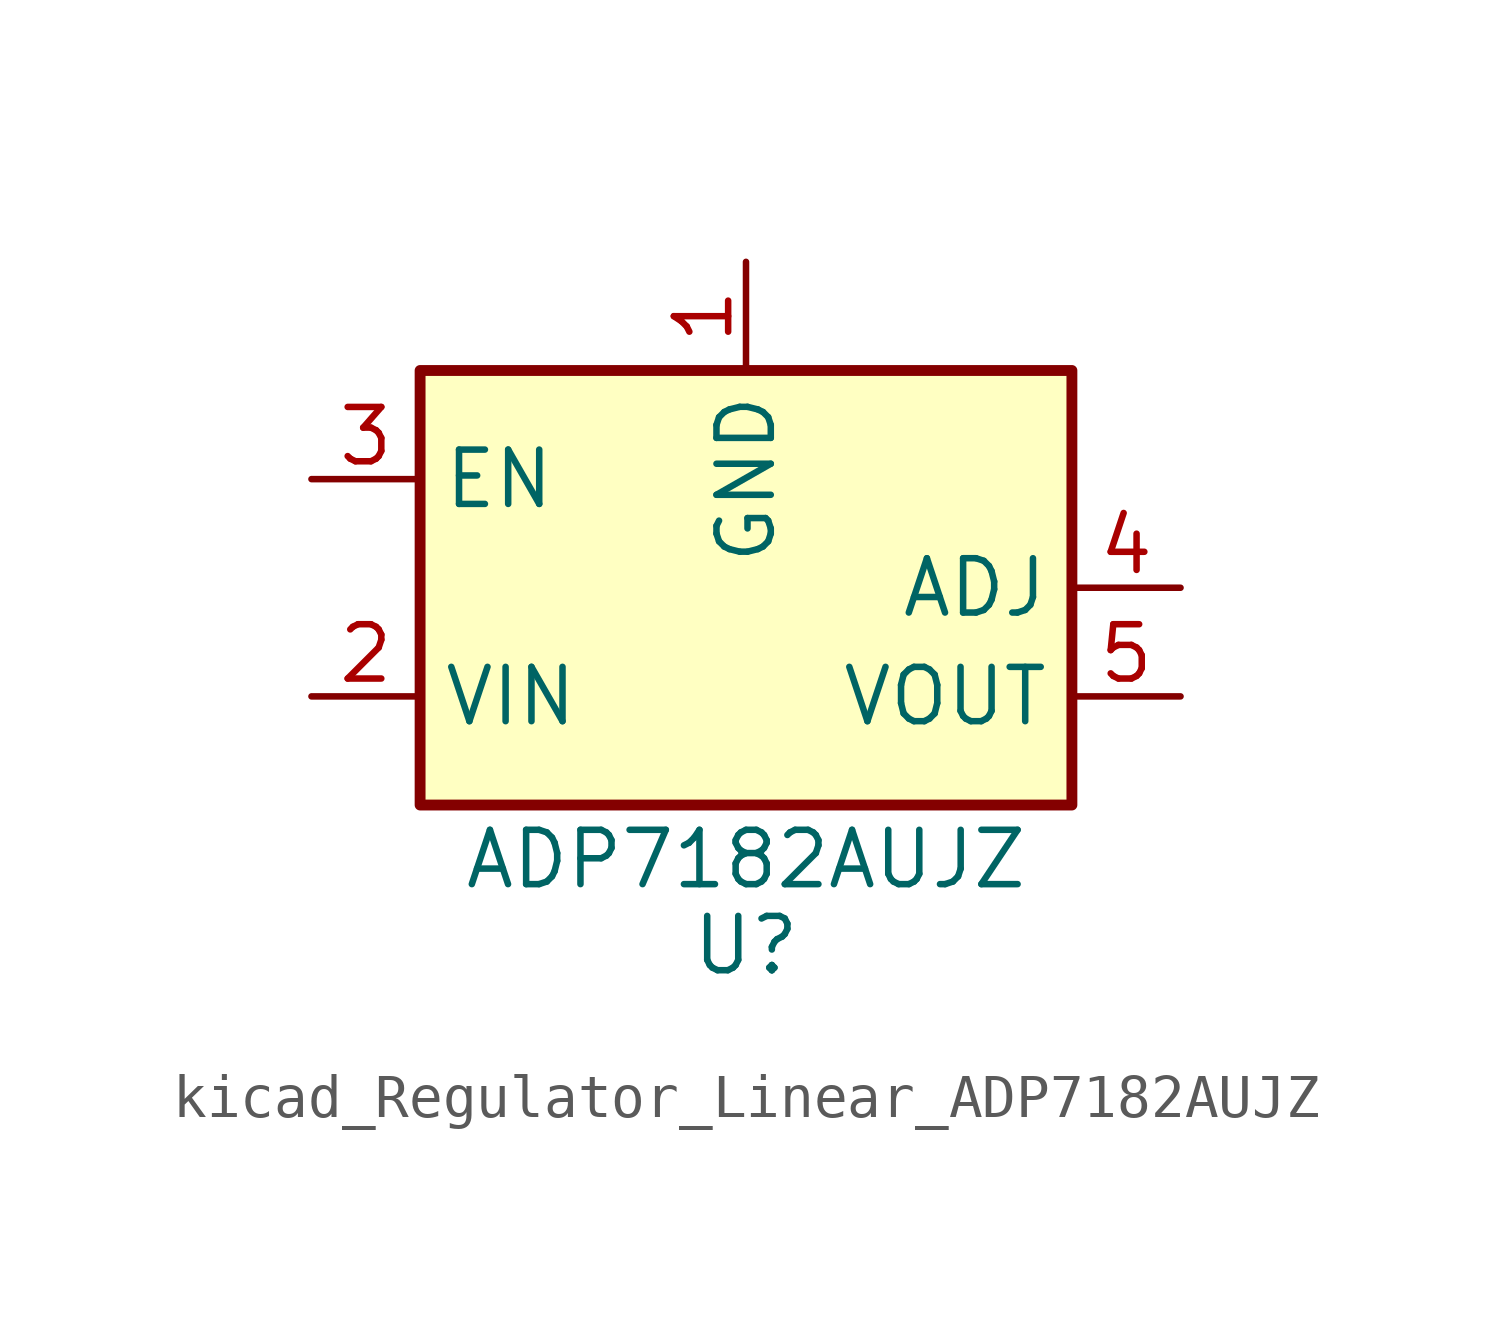
<source format=kicad_sym>
(kicad_symbol_lib
  (version 20220914)
  (generator kicad_symbol_editor)
  (symbol "kicad_Regulator_Linear_ADP7182AUJZ"
    (property "Reference" "U"
      (at 0 -7.62 0)
      (effects (font (size 1.27 1.27)) (justify top)))
    (property "Value" "ADP7182AUJZ"
      (at 0 -6.35 0)
      (effects (font (size 1.27 1.27))))
    (symbol "kicad_Regulator_Linear_ADP7182AUJZ_0_1"
      (rectangle (start -7.62 5.08) (end 7.62 -5.08) (stroke (width 0.254) (type default)) (fill (type background))))
    (symbol "kicad_Regulator_Linear_ADP7182AUJZ_1_1"
      (pin power_in line (at 0 7.62 270) (length 2.54) (name "GND" (effects (font (size 1.27 1.27)))) (number "1" (effects (font (size 1.27 1.27)))))
      (pin power_in line (at -10.16 -2.54 0) (length 2.54) (name "VIN" (effects (font (size 1.27 1.27)))) (number "2" (effects (font (size 1.27 1.27)))))
      (pin input line (at -10.16 2.54 0) (length 2.54) (name "EN" (effects (font (size 1.27 1.27)))) (number "3" (effects (font (size 1.27 1.27)))))
      (pin input line (at 10.16 0 180) (length 2.54) (name "ADJ" (effects (font (size 1.27 1.27)))) (number "4" (effects (font (size 1.27 1.27)))))
      (pin power_out line (at 10.16 -2.54 180) (length 2.54) (name "VOUT" (effects (font (size 1.27 1.27)))) (number "5" (effects (font (size 1.27 1.27))))))))
</source>
